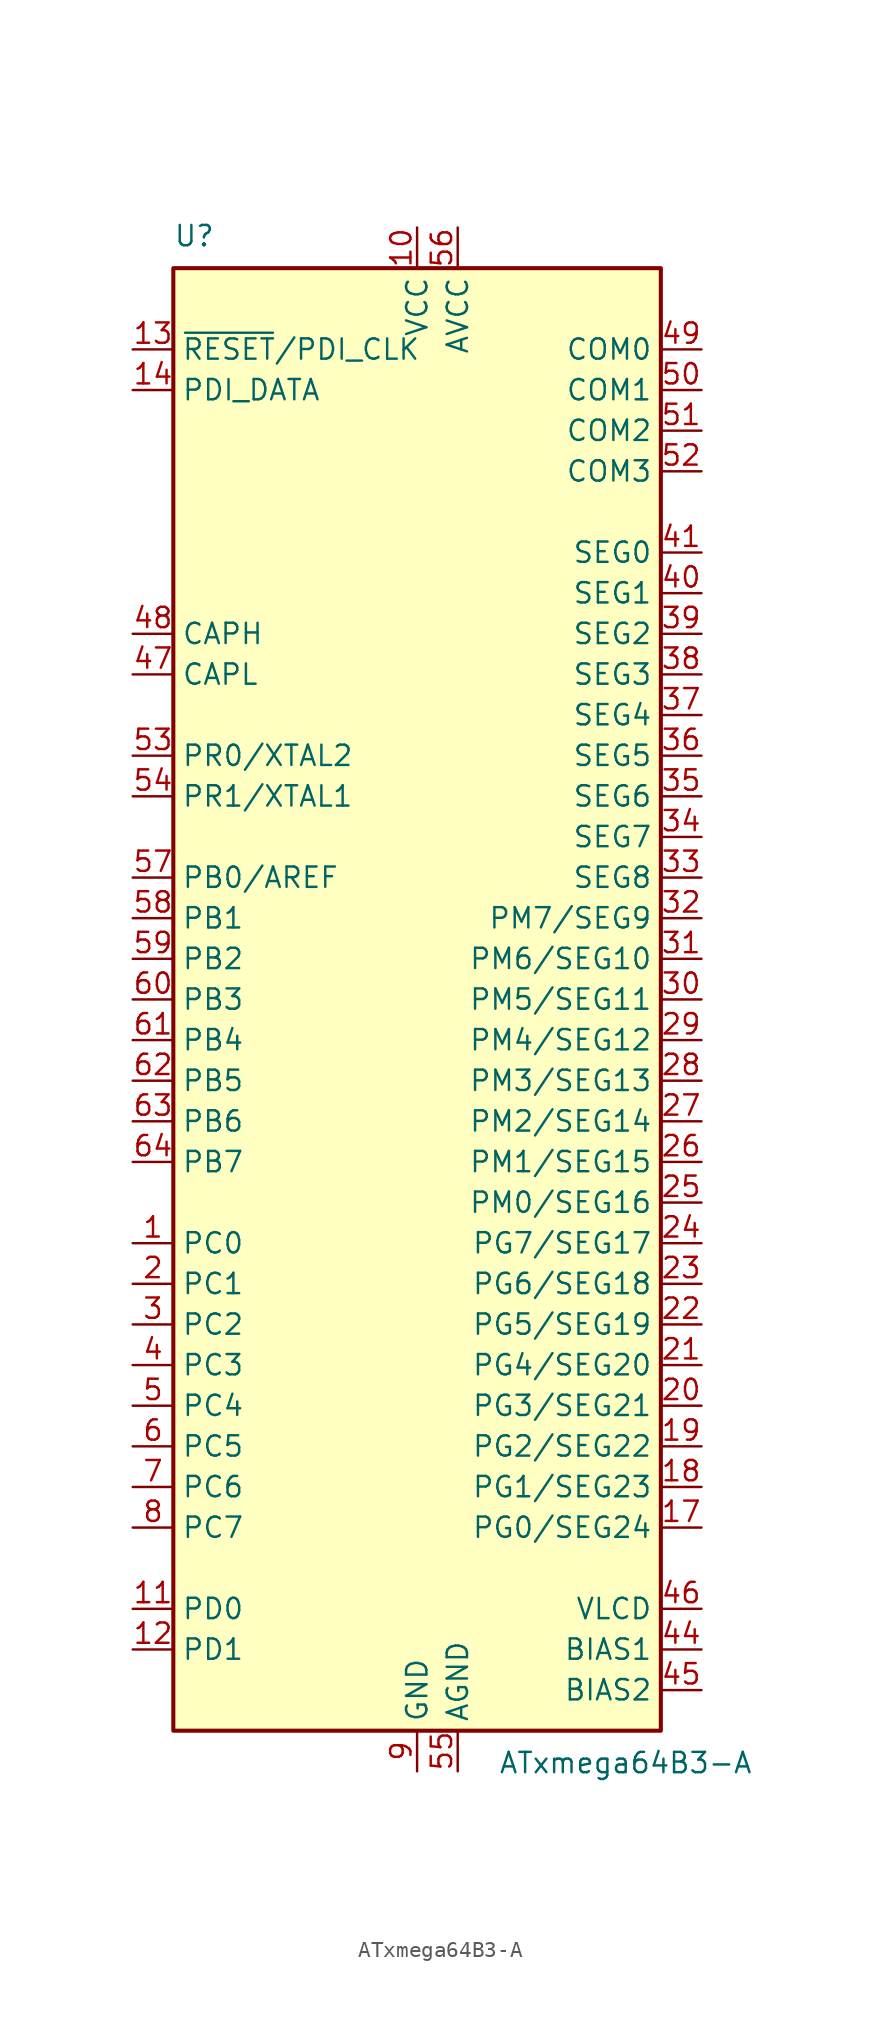
<source format=kicad_sym>
(kicad_symbol_lib
  (version 20231120)
  (generator "kicad_symbol_editor")
  (generator_version "8.0")
  (symbol "ATxmega64B3-A"
    (property "Reference" "U"
      (at -15.24 46.99 0)
      (effects (font (size 1.27 1.27)) (justify left bottom)))
    (property "Value" "ATxmega64B3-A"
      (at 5.08 -46.99 0)
      (effects (font (size 1.27 1.27)) (justify left top)))
    (symbol "ATxmega64B3-A_0_1"
      (rectangle (start -15.24 -45.72) (end 15.24 45.72) (stroke (width 0.254) (type default)) (fill (type background))))
    (symbol "ATxmega64B3-A_1_1"
      (pin bidirectional line (at -17.78 -15.24 0) (length 2.54) (name "PC0" (effects (font (size 1.27 1.27)))) (number "1" (effects (font (size 1.27 1.27)))))
      (pin power_in line (at 0 48.26 270) (length 2.54) (name "VCC" (effects (font (size 1.27 1.27)))) (number "10" (effects (font (size 1.27 1.27)))))
      (pin bidirectional line (at -17.78 -38.1 0) (length 2.54) (name "PD0" (effects (font (size 1.27 1.27)))) (number "11" (effects (font (size 1.27 1.27)))))
      (pin bidirectional line (at -17.78 -40.64 0) (length 2.54) (name "PD1" (effects (font (size 1.27 1.27)))) (number "12" (effects (font (size 1.27 1.27)))))
      (pin input line (at -17.78 40.64 0) (length 2.54) (name "~{RESET}/PDI_CLK" (effects (font (size 1.27 1.27)))) (number "13" (effects (font (size 1.27 1.27)))))
      (pin bidirectional line (at -17.78 38.1 0) (length 2.54) (name "PDI_DATA" (effects (font (size 1.27 1.27)))) (number "14" (effects (font (size 1.27 1.27)))))
      (pin passive line (at 0 -48.26 90) (length 2.54) hide (name "GND" (effects (font (size 1.27 1.27)))) (number "15" (effects (font (size 1.27 1.27)))))
      (pin passive line (at 0 48.26 270) (length 2.54) hide (name "VCC" (effects (font (size 1.27 1.27)))) (number "16" (effects (font (size 1.27 1.27)))))
      (pin bidirectional line (at 17.78 -33.02 180) (length 2.54) (name "PG0/SEG24" (effects (font (size 1.27 1.27)))) (number "17" (effects (font (size 1.27 1.27)))))
      (pin bidirectional line (at 17.78 -30.48 180) (length 2.54) (name "PG1/SEG23" (effects (font (size 1.27 1.27)))) (number "18" (effects (font (size 1.27 1.27)))))
      (pin bidirectional line (at 17.78 -27.94 180) (length 2.54) (name "PG2/SEG22" (effects (font (size 1.27 1.27)))) (number "19" (effects (font (size 1.27 1.27)))))
      (pin bidirectional line (at -17.78 -17.78 0) (length 2.54) (name "PC1" (effects (font (size 1.27 1.27)))) (number "2" (effects (font (size 1.27 1.27)))))
      (pin bidirectional line (at 17.78 -25.4 180) (length 2.54) (name "PG3/SEG21" (effects (font (size 1.27 1.27)))) (number "20" (effects (font (size 1.27 1.27)))))
      (pin bidirectional line (at 17.78 -22.86 180) (length 2.54) (name "PG4/SEG20" (effects (font (size 1.27 1.27)))) (number "21" (effects (font (size 1.27 1.27)))))
      (pin bidirectional line (at 17.78 -20.32 180) (length 2.54) (name "PG5/SEG19" (effects (font (size 1.27 1.27)))) (number "22" (effects (font (size 1.27 1.27)))))
      (pin bidirectional line (at 17.78 -17.78 180) (length 2.54) (name "PG6/SEG18" (effects (font (size 1.27 1.27)))) (number "23" (effects (font (size 1.27 1.27)))))
      (pin bidirectional line (at 17.78 -15.24 180) (length 2.54) (name "PG7/SEG17" (effects (font (size 1.27 1.27)))) (number "24" (effects (font (size 1.27 1.27)))))
      (pin bidirectional line (at 17.78 -12.7 180) (length 2.54) (name "PM0/SEG16" (effects (font (size 1.27 1.27)))) (number "25" (effects (font (size 1.27 1.27)))))
      (pin bidirectional line (at 17.78 -10.16 180) (length 2.54) (name "PM1/SEG15" (effects (font (size 1.27 1.27)))) (number "26" (effects (font (size 1.27 1.27)))))
      (pin bidirectional line (at 17.78 -7.62 180) (length 2.54) (name "PM2/SEG14" (effects (font (size 1.27 1.27)))) (number "27" (effects (font (size 1.27 1.27)))))
      (pin bidirectional line (at 17.78 -5.08 180) (length 2.54) (name "PM3/SEG13" (effects (font (size 1.27 1.27)))) (number "28" (effects (font (size 1.27 1.27)))))
      (pin bidirectional line (at 17.78 -2.54 180) (length 2.54) (name "PM4/SEG12" (effects (font (size 1.27 1.27)))) (number "29" (effects (font (size 1.27 1.27)))))
      (pin bidirectional line (at -17.78 -20.32 0) (length 2.54) (name "PC2" (effects (font (size 1.27 1.27)))) (number "3" (effects (font (size 1.27 1.27)))))
      (pin bidirectional line (at 17.78 0 180) (length 2.54) (name "PM5/SEG11" (effects (font (size 1.27 1.27)))) (number "30" (effects (font (size 1.27 1.27)))))
      (pin bidirectional line (at 17.78 2.54 180) (length 2.54) (name "PM6/SEG10" (effects (font (size 1.27 1.27)))) (number "31" (effects (font (size 1.27 1.27)))))
      (pin bidirectional line (at 17.78 5.08 180) (length 2.54) (name "PM7/SEG9" (effects (font (size 1.27 1.27)))) (number "32" (effects (font (size 1.27 1.27)))))
      (pin output line (at 17.78 7.62 180) (length 2.54) (name "SEG8" (effects (font (size 1.27 1.27)))) (number "33" (effects (font (size 1.27 1.27)))))
      (pin output line (at 17.78 10.16 180) (length 2.54) (name "SEG7" (effects (font (size 1.27 1.27)))) (number "34" (effects (font (size 1.27 1.27)))))
      (pin output line (at 17.78 12.7 180) (length 2.54) (name "SEG6" (effects (font (size 1.27 1.27)))) (number "35" (effects (font (size 1.27 1.27)))))
      (pin output line (at 17.78 15.24 180) (length 2.54) (name "SEG5" (effects (font (size 1.27 1.27)))) (number "36" (effects (font (size 1.27 1.27)))))
      (pin output line (at 17.78 17.78 180) (length 2.54) (name "SEG4" (effects (font (size 1.27 1.27)))) (number "37" (effects (font (size 1.27 1.27)))))
      (pin output line (at 17.78 20.32 180) (length 2.54) (name "SEG3" (effects (font (size 1.27 1.27)))) (number "38" (effects (font (size 1.27 1.27)))))
      (pin output line (at 17.78 22.86 180) (length 2.54) (name "SEG2" (effects (font (size 1.27 1.27)))) (number "39" (effects (font (size 1.27 1.27)))))
      (pin bidirectional line (at -17.78 -22.86 0) (length 2.54) (name "PC3" (effects (font (size 1.27 1.27)))) (number "4" (effects (font (size 1.27 1.27)))))
      (pin output line (at 17.78 25.4 180) (length 2.54) (name "SEG1" (effects (font (size 1.27 1.27)))) (number "40" (effects (font (size 1.27 1.27)))))
      (pin output line (at 17.78 27.94 180) (length 2.54) (name "SEG0" (effects (font (size 1.27 1.27)))) (number "41" (effects (font (size 1.27 1.27)))))
      (pin passive line (at 0 -48.26 90) (length 2.54) hide (name "GND" (effects (font (size 1.27 1.27)))) (number "42" (effects (font (size 1.27 1.27)))))
      (pin passive line (at 0 48.26 270) (length 2.54) hide (name "VCC" (effects (font (size 1.27 1.27)))) (number "43" (effects (font (size 1.27 1.27)))))
      (pin power_out line (at 17.78 -40.64 180) (length 2.54) (name "BIAS1" (effects (font (size 1.27 1.27)))) (number "44" (effects (font (size 1.27 1.27)))))
      (pin power_out line (at 17.78 -43.18 180) (length 2.54) (name "BIAS2" (effects (font (size 1.27 1.27)))) (number "45" (effects (font (size 1.27 1.27)))))
      (pin power_out line (at 17.78 -38.1 180) (length 2.54) (name "VLCD" (effects (font (size 1.27 1.27)))) (number "46" (effects (font (size 1.27 1.27)))))
      (pin passive line (at -17.78 20.32 0) (length 2.54) (name "CAPL" (effects (font (size 1.27 1.27)))) (number "47" (effects (font (size 1.27 1.27)))))
      (pin passive line (at -17.78 22.86 0) (length 2.54) (name "CAPH" (effects (font (size 1.27 1.27)))) (number "48" (effects (font (size 1.27 1.27)))))
      (pin output line (at 17.78 40.64 180) (length 2.54) (name "COM0" (effects (font (size 1.27 1.27)))) (number "49" (effects (font (size 1.27 1.27)))))
      (pin bidirectional line (at -17.78 -25.4 0) (length 2.54) (name "PC4" (effects (font (size 1.27 1.27)))) (number "5" (effects (font (size 1.27 1.27)))))
      (pin output line (at 17.78 38.1 180) (length 2.54) (name "COM1" (effects (font (size 1.27 1.27)))) (number "50" (effects (font (size 1.27 1.27)))))
      (pin output line (at 17.78 35.56 180) (length 2.54) (name "COM2" (effects (font (size 1.27 1.27)))) (number "51" (effects (font (size 1.27 1.27)))))
      (pin output line (at 17.78 33.02 180) (length 2.54) (name "COM3" (effects (font (size 1.27 1.27)))) (number "52" (effects (font (size 1.27 1.27)))))
      (pin bidirectional line (at -17.78 15.24 0) (length 2.54) (name "PR0/XTAL2" (effects (font (size 1.27 1.27)))) (number "53" (effects (font (size 1.27 1.27)))))
      (pin bidirectional line (at -17.78 12.7 0) (length 2.54) (name "PR1/XTAL1" (effects (font (size 1.27 1.27)))) (number "54" (effects (font (size 1.27 1.27)))))
      (pin power_in line (at 2.54 -48.26 90) (length 2.54) (name "AGND" (effects (font (size 1.27 1.27)))) (number "55" (effects (font (size 1.27 1.27)))))
      (pin power_in line (at 2.54 48.26 270) (length 2.54) (name "AVCC" (effects (font (size 1.27 1.27)))) (number "56" (effects (font (size 1.27 1.27)))))
      (pin bidirectional line (at -17.78 7.62 0) (length 2.54) (name "PB0/AREF" (effects (font (size 1.27 1.27)))) (number "57" (effects (font (size 1.27 1.27)))))
      (pin bidirectional line (at -17.78 5.08 0) (length 2.54) (name "PB1" (effects (font (size 1.27 1.27)))) (number "58" (effects (font (size 1.27 1.27)))))
      (pin bidirectional line (at -17.78 2.54 0) (length 2.54) (name "PB2" (effects (font (size 1.27 1.27)))) (number "59" (effects (font (size 1.27 1.27)))))
      (pin bidirectional line (at -17.78 -27.94 0) (length 2.54) (name "PC5" (effects (font (size 1.27 1.27)))) (number "6" (effects (font (size 1.27 1.27)))))
      (pin bidirectional line (at -17.78 0 0) (length 2.54) (name "PB3" (effects (font (size 1.27 1.27)))) (number "60" (effects (font (size 1.27 1.27)))))
      (pin bidirectional line (at -17.78 -2.54 0) (length 2.54) (name "PB4" (effects (font (size 1.27 1.27)))) (number "61" (effects (font (size 1.27 1.27)))))
      (pin bidirectional line (at -17.78 -5.08 0) (length 2.54) (name "PB5" (effects (font (size 1.27 1.27)))) (number "62" (effects (font (size 1.27 1.27)))))
      (pin bidirectional line (at -17.78 -7.62 0) (length 2.54) (name "PB6" (effects (font (size 1.27 1.27)))) (number "63" (effects (font (size 1.27 1.27)))))
      (pin bidirectional line (at -17.78 -10.16 0) (length 2.54) (name "PB7" (effects (font (size 1.27 1.27)))) (number "64" (effects (font (size 1.27 1.27)))))
      (pin bidirectional line (at -17.78 -30.48 0) (length 2.54) (name "PC6" (effects (font (size 1.27 1.27)))) (number "7" (effects (font (size 1.27 1.27)))))
      (pin bidirectional line (at -17.78 -33.02 0) (length 2.54) (name "PC7" (effects (font (size 1.27 1.27)))) (number "8" (effects (font (size 1.27 1.27)))))
      (pin power_in line (at 0 -48.26 90) (length 2.54) (name "GND" (effects (font (size 1.27 1.27)))) (number "9" (effects (font (size 1.27 1.27))))))))
</source>
